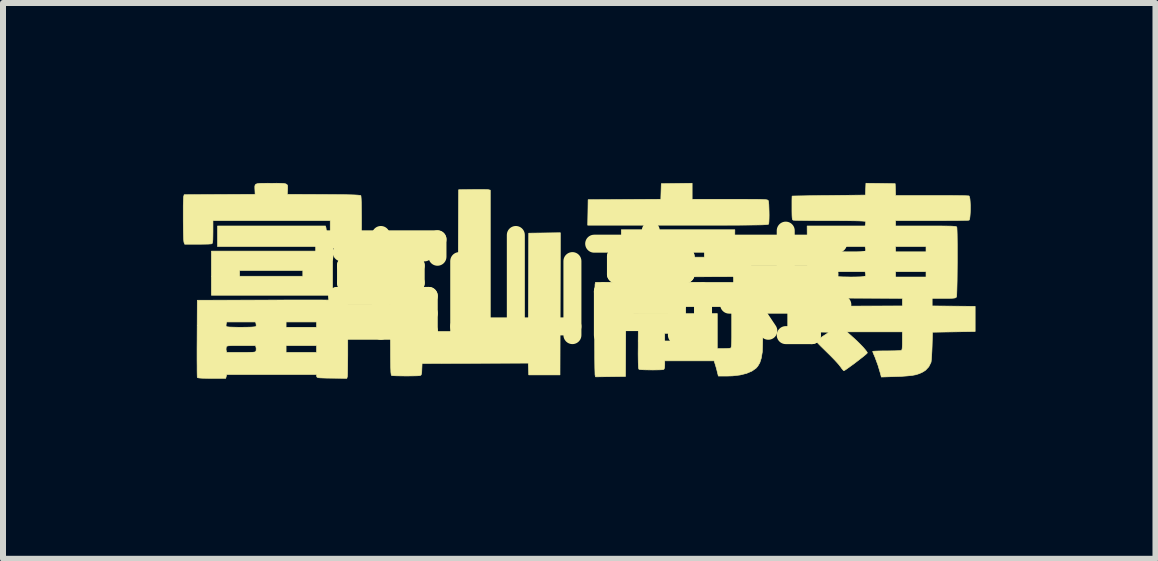
<source format=kicad_pcb>
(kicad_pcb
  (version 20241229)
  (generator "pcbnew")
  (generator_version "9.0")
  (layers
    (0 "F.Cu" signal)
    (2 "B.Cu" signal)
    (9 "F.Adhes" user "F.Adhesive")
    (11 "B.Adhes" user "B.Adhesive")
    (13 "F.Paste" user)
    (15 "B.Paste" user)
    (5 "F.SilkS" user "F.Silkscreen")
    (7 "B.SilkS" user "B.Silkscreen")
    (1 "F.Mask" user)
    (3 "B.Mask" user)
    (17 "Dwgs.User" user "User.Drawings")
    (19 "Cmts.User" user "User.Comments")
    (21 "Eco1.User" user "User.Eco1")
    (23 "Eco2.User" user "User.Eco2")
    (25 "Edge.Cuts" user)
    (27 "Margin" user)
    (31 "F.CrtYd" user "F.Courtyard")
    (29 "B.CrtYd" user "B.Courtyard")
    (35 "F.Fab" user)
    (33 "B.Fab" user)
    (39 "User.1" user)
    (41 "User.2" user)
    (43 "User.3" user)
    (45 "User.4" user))
  (footprint "富山高専"
    (layer "F.Cu")
    (at 6.71 1.847)
    (property "Reference" "富山高専" (at 0 0 0) (layer "F.SilkS") (effects (font (size 1.524 1.524) (thickness 0.3))))
    (attr through_hole)
    (fp_poly (pts (xy -4.216 0.025) (xy -6.236 0.025) (xy -6.236 -0.387) (xy -5.766 -0.387) (xy -5.766 -0.292) (xy -4.712 -0.292) (xy -4.712 -0.387) (xy -5.766 -0.387) (xy -6.236 -0.387) (xy -6.236 -0.711) (xy -4.216 -0.711) (xy -4.216 0.025)) (stroke (width 0.01) (type solid)) (fill yes) (layer "F.SilkS"))
    (fp_poly (pts (xy -4.326 -1.102) (xy -4.322 -1.073) (xy -4.32 -1.027) (xy -4.319 -0.971) (xy -4.319 -0.914) (xy -4.321 -0.863) (xy -4.324 -0.826) (xy -4.326 -0.816) (xy -4.334 -0.787) (xy -5.234 -0.787) (xy -6.134 -0.787) (xy -6.134 -1.13) (xy -4.334 -1.13) (xy -4.326 -1.102)) (stroke (width 0.01) (type solid)) (fill yes) (layer "F.SilkS"))
    (fp_poly (pts (xy 2.486 -0.676) (xy 2.483 -0.286) (xy 1.548 -0.282) (xy 1.397 -0.282) (xy 1.252 -0.282) (xy 1.117 -0.282) (xy 0.994 -0.282) (xy 0.884 -0.283) (xy 0.789 -0.283) (xy 0.712 -0.284) (xy 0.654 -0.285) (xy 0.618 -0.286) (xy 0.605 -0.288) (xy 0.603 -0.302) (xy 0.601 -0.339) (xy 0.6 -0.394) (xy 0.598 -0.466) (xy 0.597 -0.55) (xy 0.597 -0.61) (xy 1.078 -0.61) (xy 1.981 -0.61) (xy 1.981 -0.676) (xy 1.981 -0.743) (xy 1.534 -0.74) (xy 1.086 -0.737) (xy 1.078 -0.61) (xy 0.597 -0.61) (xy 0.597 -0.644) (xy 0.597 -0.682) (xy 0.597 -1.067) (xy 2.49 -1.067) (xy 2.486 -0.676)) (stroke (width 0.01) (type solid)) (fill yes) (layer "F.SilkS"))
    (fp_poly (pts (xy 1.778 -1.575) (xy 2.406 -1.575) (xy 2.549 -1.575) (xy 2.668 -1.575) (xy 2.766 -1.574) (xy 2.845 -1.574) (xy 2.907 -1.573) (xy 2.955 -1.571) (xy 2.989 -1.569) (xy 3.014 -1.567) (xy 3.03 -1.564) (xy 3.039 -1.56) (xy 3.045 -1.555) (xy 3.048 -1.55) (xy 3.052 -1.529) (xy 3.056 -1.489) (xy 3.058 -1.435) (xy 3.06 -1.373) (xy 3.061 -1.31) (xy 3.06 -1.252) (xy 3.058 -1.203) (xy 3.055 -1.171) (xy 3.053 -1.163) (xy 3.05 -1.16) (xy 3.043 -1.157) (xy 3.03 -1.155) (xy 3.011 -1.153) (xy 2.983 -1.151) (xy 2.946 -1.149) (xy 2.898 -1.148) (xy 2.837 -1.147) (xy 2.763 -1.146) (xy 2.675 -1.145) (xy 2.57 -1.144) (xy 2.448 -1.144) (xy 2.306 -1.143) (xy 2.145 -1.143) (xy 1.962 -1.143) (xy 1.756 -1.143) (xy 1.541 -1.143) (xy 0.037 -1.143) (xy 0.041 -1.356) (xy 0.044 -1.568) (xy 1.256 -1.575) (xy 1.264 -1.835) (xy 1.778 -1.842) (xy 1.778 -1.575)) (stroke (width 0.01) (type solid)) (fill yes) (layer "F.SilkS"))
    (fp_poly (pts (xy -1.734 -1.738) (xy -1.676 -1.737) (xy -1.635 -1.736) (xy -1.616 -1.734) (xy -1.587 -1.727) (xy -1.587 0.635) (xy -0.953 0.635) (xy -0.946 -1.01) (xy -0.419 -1.017) (xy -0.425 1.353) (xy -0.946 1.353) (xy -0.95 1.254) (xy -0.954 1.156) (xy -1.839 1.159) (xy -2.724 1.162) (xy -2.728 1.259) (xy -2.73 1.309) (xy -2.735 1.339) (xy -2.742 1.355) (xy -2.755 1.362) (xy -2.76 1.364) (xy -2.782 1.366) (xy -2.824 1.368) (xy -2.88 1.369) (xy -2.946 1.37) (xy -3.016 1.37) (xy -3.084 1.369) (xy -3.145 1.368) (xy -3.193 1.366) (xy -3.223 1.364) (xy -3.229 1.363) (xy -3.233 1.361) (xy -3.236 1.356) (xy -3.239 1.346) (xy -3.241 1.33) (xy -3.244 1.307) (xy -3.245 1.275) (xy -3.247 1.232) (xy -3.248 1.177) (xy -3.249 1.108) (xy -3.25 1.024) (xy -3.25 0.923) (xy -3.251 0.804) (xy -3.251 0.666) (xy -3.251 0.506) (xy -3.251 0.323) (xy -3.251 0.177) (xy -3.251 -1.003) (xy -2.991 -1.003) (xy -2.731 -1.003) (xy -2.727 -0.187) (xy -2.724 0.629) (xy -2.127 0.629) (xy -2.115 -1.734) (xy -1.88 -1.737) (xy -1.803 -1.738) (xy -1.734 -1.738)) (stroke (width 0.01) (type solid)) (fill yes) (layer "F.SilkS"))
    (fp_poly (pts (xy -5.079 -1.841) (xy -5.03 -1.838) (xy -4.997 -1.832) (xy -4.977 -1.821) (xy -4.967 -1.805) (xy -4.965 -1.781) (xy -4.966 -1.748) (xy -4.967 -1.724) (xy -4.971 -1.657) (xy -4.363 -1.654) (xy -4.215 -1.653) (xy -4.091 -1.652) (xy -3.988 -1.651) (xy -3.907 -1.649) (xy -3.844 -1.647) (xy -3.797 -1.644) (xy -3.767 -1.641) (xy -3.749 -1.638) (xy -3.744 -1.635) (xy -3.742 -1.619) (xy -3.739 -1.58) (xy -3.737 -1.523) (xy -3.736 -1.45) (xy -3.735 -1.366) (xy -3.734 -1.272) (xy -3.734 -1.242) (xy -3.734 -1.133) (xy -3.735 -1.046) (xy -3.736 -0.978) (xy -3.737 -0.929) (xy -3.74 -0.893) (xy -3.743 -0.869) (xy -3.748 -0.854) (xy -3.754 -0.846) (xy -3.754 -0.845) (xy -3.765 -0.838) (xy -3.784 -0.833) (xy -3.814 -0.829) (xy -3.859 -0.827) (xy -3.923 -0.826) (xy -3.999 -0.826) (xy -4.091 -0.826) (xy -4.16 -0.828) (xy -4.207 -0.832) (xy -4.233 -0.837) (xy -4.239 -0.841) (xy -4.246 -0.86) (xy -4.251 -0.901) (xy -4.254 -0.965) (xy -4.255 -1.038) (xy -4.255 -1.219) (xy -6.21 -1.219) (xy -6.21 -1.03) (xy -6.211 -0.956) (xy -6.212 -0.903) (xy -6.215 -0.868) (xy -6.219 -0.847) (xy -6.226 -0.836) (xy -6.23 -0.833) (xy -6.249 -0.831) (xy -6.289 -0.828) (xy -6.345 -0.827) (xy -6.412 -0.826) (xy -6.466 -0.826) (xy -6.681 -0.826) (xy -6.693 -0.858) (xy -6.696 -0.879) (xy -6.699 -0.92) (xy -6.701 -0.98) (xy -6.703 -1.052) (xy -6.704 -1.133) (xy -6.705 -1.22) (xy -6.705 -1.307) (xy -6.705 -1.392) (xy -6.705 -1.469) (xy -6.703 -1.535) (xy -6.701 -1.585) (xy -6.699 -1.617) (xy -6.698 -1.622) (xy -6.69 -1.651) (xy -6.098 -1.654) (xy -5.507 -1.657) (xy -5.51 -1.724) (xy -5.512 -1.762) (xy -5.512 -1.791) (xy -5.507 -1.812) (xy -5.494 -1.827) (xy -5.469 -1.835) (xy -5.429 -1.84) (xy -5.373 -1.841) (xy -5.295 -1.842) (xy -5.239 -1.841) (xy -5.148 -1.842) (xy -5.079 -1.841)) (stroke (width 0.01) (type solid)) (fill yes) (layer "F.SilkS"))
    (fp_poly (pts (xy 1.775 -0.19) (xy 1.97 -0.19) (xy 2.142 -0.19) (xy 2.293 -0.19) (xy 2.424 -0.19) (xy 2.537 -0.189) (xy 2.632 -0.188) (xy 2.712 -0.187) (xy 2.777 -0.186) (xy 2.83 -0.185) (xy 2.871 -0.183) (xy 2.902 -0.182) (xy 2.924 -0.179) (xy 2.938 -0.177) (xy 2.947 -0.174) (xy 2.951 -0.171) (xy 2.951 -0.17) (xy 2.954 -0.152) (xy 2.956 -0.111) (xy 2.957 -0.051) (xy 2.958 0.025) (xy 2.959 0.113) (xy 2.959 0.211) (xy 2.959 0.315) (xy 2.958 0.421) (xy 2.958 0.527) (xy 2.957 0.63) (xy 2.955 0.726) (xy 2.953 0.812) (xy 2.951 0.885) (xy 2.949 0.941) (xy 2.947 0.978) (xy 2.946 0.98) (xy 2.93 1.075) (xy 2.906 1.15) (xy 2.872 1.208) (xy 2.843 1.241) (xy 2.775 1.289) (xy 2.686 1.327) (xy 2.578 1.354) (xy 2.452 1.369) (xy 2.355 1.372) (xy 2.215 1.372) (xy 2.198 1.305) (xy 2.185 1.252) (xy 2.169 1.197) (xy 2.163 1.178) (xy 2.144 1.118) (xy 1.321 1.118) (xy 1.321 1.186) (xy 1.318 1.23) (xy 1.311 1.254) (xy 1.301 1.262) (xy 1.279 1.266) (xy 1.239 1.268) (xy 1.185 1.269) (xy 1.124 1.27) (xy 1.06 1.269) (xy 0.999 1.268) (xy 0.947 1.266) (xy 0.91 1.263) (xy 0.892 1.259) (xy 0.888 1.251) (xy 0.884 1.232) (xy 0.882 1.199) (xy 0.88 1.15) (xy 0.879 1.084) (xy 0.878 0.998) (xy 0.879 0.89) (xy 0.879 0.793) (xy 0.88 0.66) (xy 1.321 0.66) (xy 1.321 0.787) (xy 1.753 0.787) (xy 1.753 0.66) (xy 1.321 0.66) (xy 0.88 0.66) (xy 0.883 0.337) (xy 1.54 0.333) (xy 2.197 0.33) (xy 2.197 0.914) (xy 2.298 0.914) (xy 2.348 0.913) (xy 2.39 0.911) (xy 2.416 0.907) (xy 2.418 0.907) (xy 2.424 0.902) (xy 2.429 0.891) (xy 2.433 0.87) (xy 2.435 0.838) (xy 2.437 0.791) (xy 2.438 0.726) (xy 2.438 0.641) (xy 2.438 0.557) (xy 2.438 0.216) (xy 0.673 0.216) (xy 0.667 1.378) (xy 0.168 1.385) (xy 0.16 1.356) (xy 0.159 1.338) (xy 0.158 1.297) (xy 0.156 1.236) (xy 0.155 1.158) (xy 0.154 1.066) (xy 0.154 0.962) (xy 0.153 0.85) (xy 0.153 0.732) (xy 0.153 0.61) (xy 0.153 0.489) (xy 0.153 0.37) (xy 0.154 0.256) (xy 0.154 0.15) (xy 0.155 0.055) (xy 0.156 -0.026) (xy 0.157 -0.091) (xy 0.159 -0.136) (xy 0.16 -0.16) (xy 0.16 -0.162) (xy 0.168 -0.191) (xy 1.556 -0.191) (xy 1.775 -0.19)) (stroke (width 0.01) (type solid)) (fill yes) (layer "F.SilkS"))
    (fp_poly (pts (xy -4.513 0.104) (xy -4.389 0.104) (xy -4.284 0.105) (xy -4.196 0.106) (xy -4.125 0.107) (xy -4.069 0.108) (xy -4.027 0.11) (xy -3.998 0.112) (xy -3.981 0.114) (xy -3.973 0.117) (xy -3.973 0.117) (xy -3.971 0.133) (xy -3.969 0.171) (xy -3.968 0.228) (xy -3.966 0.302) (xy -3.965 0.389) (xy -3.964 0.486) (xy -3.963 0.591) (xy -3.963 0.7) (xy -3.963 0.811) (xy -3.963 0.919) (xy -3.963 1.024) (xy -3.964 1.12) (xy -3.965 1.206) (xy -3.966 1.278) (xy -3.967 1.334) (xy -3.969 1.369) (xy -3.97 1.381) (xy -3.978 1.41) (xy -4.227 1.407) (xy -4.313 1.406) (xy -4.376 1.404) (xy -4.421 1.402) (xy -4.45 1.4) (xy -4.467 1.395) (xy -4.476 1.389) (xy -4.48 1.381) (xy -4.481 1.375) (xy -4.485 1.346) (xy -5.981 1.346) (xy -5.989 1.378) (xy -5.997 1.41) (xy -6.231 1.41) (xy -6.32 1.409) (xy -6.385 1.408) (xy -6.431 1.405) (xy -6.458 1.401) (xy -6.47 1.395) (xy -6.471 1.394) (xy -6.472 1.378) (xy -6.473 1.34) (xy -6.474 1.281) (xy -6.474 1.204) (xy -6.475 1.112) (xy -6.475 1.007) (xy -6.475 0.923) (xy -5.992 0.923) (xy -5.989 0.947) (xy -5.981 0.978) (xy -5.741 0.978) (xy -5.657 0.978) (xy -5.596 0.977) (xy -5.552 0.976) (xy -5.524 0.973) (xy -5.507 0.969) (xy -5.498 0.963) (xy -5.493 0.954) (xy -5.492 0.952) (xy -5.489 0.918) (xy -5.492 0.894) (xy -5.5 0.864) (xy -4.991 0.864) (xy -4.991 0.978) (xy -4.483 0.978) (xy -4.483 0.864) (xy -4.991 0.864) (xy -5.5 0.864) (xy -5.74 0.864) (xy -5.823 0.864) (xy -5.885 0.864) (xy -5.929 0.866) (xy -5.957 0.868) (xy -5.974 0.873) (xy -5.983 0.879) (xy -5.987 0.887) (xy -5.988 0.89) (xy -5.992 0.923) (xy -6.475 0.923) (xy -6.475 0.891) (xy -6.474 0.768) (xy -6.474 0.743) (xy -6.473 0.53) (xy -5.992 0.53) (xy -5.988 0.545) (xy -5.972 0.551) (xy -5.932 0.555) (xy -5.868 0.557) (xy -5.783 0.559) (xy -5.74 0.559) (xy -5.646 0.558) (xy -5.573 0.556) (xy -5.523 0.552) (xy -5.496 0.548) (xy -5.492 0.545) (xy -5.489 0.524) (xy -5.492 0.501) (xy -5.5 0.47) (xy -4.991 0.47) (xy -4.991 0.559) (xy -4.483 0.559) (xy -4.483 0.47) (xy -4.991 0.47) (xy -5.5 0.47) (xy -5.981 0.47) (xy -5.989 0.501) (xy -5.992 0.53) (xy -6.473 0.53) (xy -6.471 0.108) (xy -5.227 0.105) (xy -5.014 0.104) (xy -4.824 0.104) (xy -4.658 0.104) (xy -4.513 0.104)) (stroke (width 0.01) (type solid)) (fill yes) (layer "F.SilkS"))
    (fp_poly (pts (xy 4.919 -1.839) (xy 5.163 -1.835) (xy 5.17 -1.638) (xy 5.772 -1.638) (xy 5.893 -1.638) (xy 6.008 -1.638) (xy 6.112 -1.637) (xy 6.204 -1.636) (xy 6.28 -1.635) (xy 6.339 -1.634) (xy 6.378 -1.632) (xy 6.393 -1.631) (xy 6.402 -1.615) (xy 6.409 -1.58) (xy 6.413 -1.53) (xy 6.416 -1.471) (xy 6.416 -1.408) (xy 6.414 -1.348) (xy 6.41 -1.294) (xy 6.405 -1.253) (xy 6.397 -1.23) (xy 6.393 -1.227) (xy 6.377 -1.225) (xy 6.338 -1.224) (xy 6.278 -1.223) (xy 6.201 -1.221) (xy 6.109 -1.221) (xy 6.004 -1.22) (xy 5.89 -1.219) (xy 5.771 -1.219) (xy 5.169 -1.219) (xy 5.169 -1.13) (xy 5.676 -1.13) (xy 5.803 -1.13) (xy 5.908 -1.13) (xy 5.992 -1.129) (xy 6.058 -1.128) (xy 6.107 -1.127) (xy 6.142 -1.124) (xy 6.166 -1.122) (xy 6.18 -1.118) (xy 6.188 -1.114) (xy 6.19 -1.11) (xy 6.192 -1.091) (xy 6.194 -1.05) (xy 6.196 -0.991) (xy 6.197 -0.915) (xy 6.198 -0.828) (xy 6.198 -0.731) (xy 6.198 -0.627) (xy 6.198 -0.521) (xy 6.197 -0.415) (xy 6.196 -0.313) (xy 6.195 -0.217) (xy 6.193 -0.131) (xy 6.191 -0.058) (xy 6.189 -0.001) (xy 6.187 0.037) (xy 6.184 0.052) (xy 6.178 0.061) (xy 6.166 0.068) (xy 6.146 0.072) (xy 6.114 0.075) (xy 6.065 0.076) (xy 5.995 0.076) (xy 5.975 0.076) (xy 5.779 0.076) (xy 5.779 0.203) (xy 6.496 0.21) (xy 6.496 0.629) (xy 5.785 0.641) (xy 5.778 0.876) (xy 5.775 0.953) (xy 5.771 1.023) (xy 5.767 1.081) (xy 5.763 1.123) (xy 5.76 1.143) (xy 5.723 1.217) (xy 5.671 1.273) (xy 5.654 1.285) (xy 5.609 1.312) (xy 5.56 1.333) (xy 5.506 1.35) (xy 5.441 1.362) (xy 5.361 1.37) (xy 5.263 1.377) (xy 5.174 1.38) (xy 4.932 1.388) (xy 4.916 1.326) (xy 4.876 1.192) (xy 4.827 1.059) (xy 4.805 1.008) (xy 4.793 0.979) (xy 4.788 0.961) (xy 4.788 0.96) (xy 4.8 0.958) (xy 4.833 0.956) (xy 4.884 0.954) (xy 4.948 0.953) (xy 5.015 0.953) (xy 5.09 0.952) (xy 5.157 0.951) (xy 5.211 0.949) (xy 5.248 0.947) (xy 5.263 0.945) (xy 5.272 0.938) (xy 5.278 0.921) (xy 5.281 0.891) (xy 5.283 0.844) (xy 5.283 0.786) (xy 5.283 0.635) (xy 4.356 0.635) (xy 4.463 0.73) (xy 4.522 0.784) (xy 4.577 0.838) (xy 4.625 0.888) (xy 4.663 0.932) (xy 4.689 0.965) (xy 4.699 0.985) (xy 4.699 0.985) (xy 4.689 0.997) (xy 4.663 1.02) (xy 4.624 1.052) (xy 4.575 1.09) (xy 4.522 1.131) (xy 4.467 1.173) (xy 4.414 1.211) (xy 4.368 1.244) (xy 4.333 1.269) (xy 4.311 1.281) (xy 4.307 1.283) (xy 4.295 1.273) (xy 4.274 1.248) (xy 4.248 1.212) (xy 4.248 1.212) (xy 4.223 1.18) (xy 4.183 1.135) (xy 4.133 1.082) (xy 4.076 1.024) (xy 4.024 0.973) (xy 3.969 0.919) (xy 3.921 0.872) (xy 3.883 0.833) (xy 3.858 0.806) (xy 3.848 0.793) (xy 3.848 0.792) (xy 3.858 0.781) (xy 3.885 0.759) (xy 3.924 0.731) (xy 3.954 0.711) (xy 4.06 0.641) (xy 3.716 0.635) (xy 3.372 0.629) (xy 3.372 0.21) (xy 4.328 0.206) (xy 5.283 0.203) (xy 5.283 0.076) (xy 3.702 0.07) (xy 3.7 -0.308) (xy 4.168 -0.308) (xy 4.172 -0.293) (xy 4.188 -0.288) (xy 4.228 -0.284) (xy 4.292 -0.281) (xy 4.377 -0.28) (xy 4.42 -0.279) (xy 4.514 -0.28) (xy 4.587 -0.282) (xy 4.637 -0.286) (xy 4.664 -0.29) (xy 4.668 -0.293) (xy 4.671 -0.315) (xy 4.668 -0.337) (xy 4.66 -0.368) (xy 5.169 -0.368) (xy 5.169 -0.279) (xy 5.677 -0.279) (xy 5.677 -0.368) (xy 5.169 -0.368) (xy 4.66 -0.368) (xy 4.179 -0.368) (xy 4.171 -0.337) (xy 4.168 -0.308) (xy 3.7 -0.308) (xy 3.699 -0.53) (xy 3.698 -0.728) (xy 4.168 -0.728) (xy 4.172 -0.712) (xy 4.188 -0.707) (xy 4.228 -0.703) (xy 4.292 -0.7) (xy 4.377 -0.699) (xy 4.42 -0.699) (xy 4.514 -0.699) (xy 4.587 -0.701) (xy 4.637 -0.705) (xy 4.664 -0.71) (xy 4.668 -0.712) (xy 4.671 -0.734) (xy 4.668 -0.756) (xy 4.66 -0.787) (xy 5.169 -0.787) (xy 5.169 -0.699) (xy 5.677 -0.699) (xy 5.677 -0.787) (xy 5.169 -0.787) (xy 4.66 -0.787) (xy 4.179 -0.787) (xy 4.171 -0.756) (xy 4.168 -0.728) (xy 3.698 -0.728) (xy 3.695 -1.13) (xy 4.66 -1.13) (xy 4.668 -1.161) (xy 4.671 -1.19) (xy 4.668 -1.206) (xy 4.654 -1.209) (xy 4.617 -1.212) (xy 4.557 -1.215) (xy 4.473 -1.217) (xy 4.364 -1.218) (xy 4.231 -1.219) (xy 4.074 -1.219) (xy 4.071 -1.219) (xy 3.95 -1.219) (xy 3.837 -1.22) (xy 3.734 -1.221) (xy 3.644 -1.222) (xy 3.569 -1.223) (xy 3.512 -1.224) (xy 3.475 -1.226) (xy 3.462 -1.227) (xy 3.454 -1.233) (xy 3.448 -1.248) (xy 3.445 -1.274) (xy 3.443 -1.315) (xy 3.442 -1.376) (xy 3.442 -1.43) (xy 3.442 -1.498) (xy 3.442 -1.555) (xy 3.443 -1.599) (xy 3.444 -1.624) (xy 3.445 -1.628) (xy 3.458 -1.629) (xy 3.494 -1.63) (xy 3.55 -1.631) (xy 3.624 -1.632) (xy 3.714 -1.634) (xy 3.817 -1.635) (xy 3.93 -1.637) (xy 4.052 -1.638) (xy 4.058 -1.638) (xy 4.667 -1.645) (xy 4.671 -1.743) (xy 4.675 -1.842) (xy 4.919 -1.839)) (stroke (width 0.01) (type solid)) (fill yes) (layer "F.SilkS")))
  (gr_rect
    (start -3 -3)
    (end 16.212 6.265)
    (stroke (width 0.1) (type default))
    (fill no)
    (layer "Edge.Cuts")))
</source>
